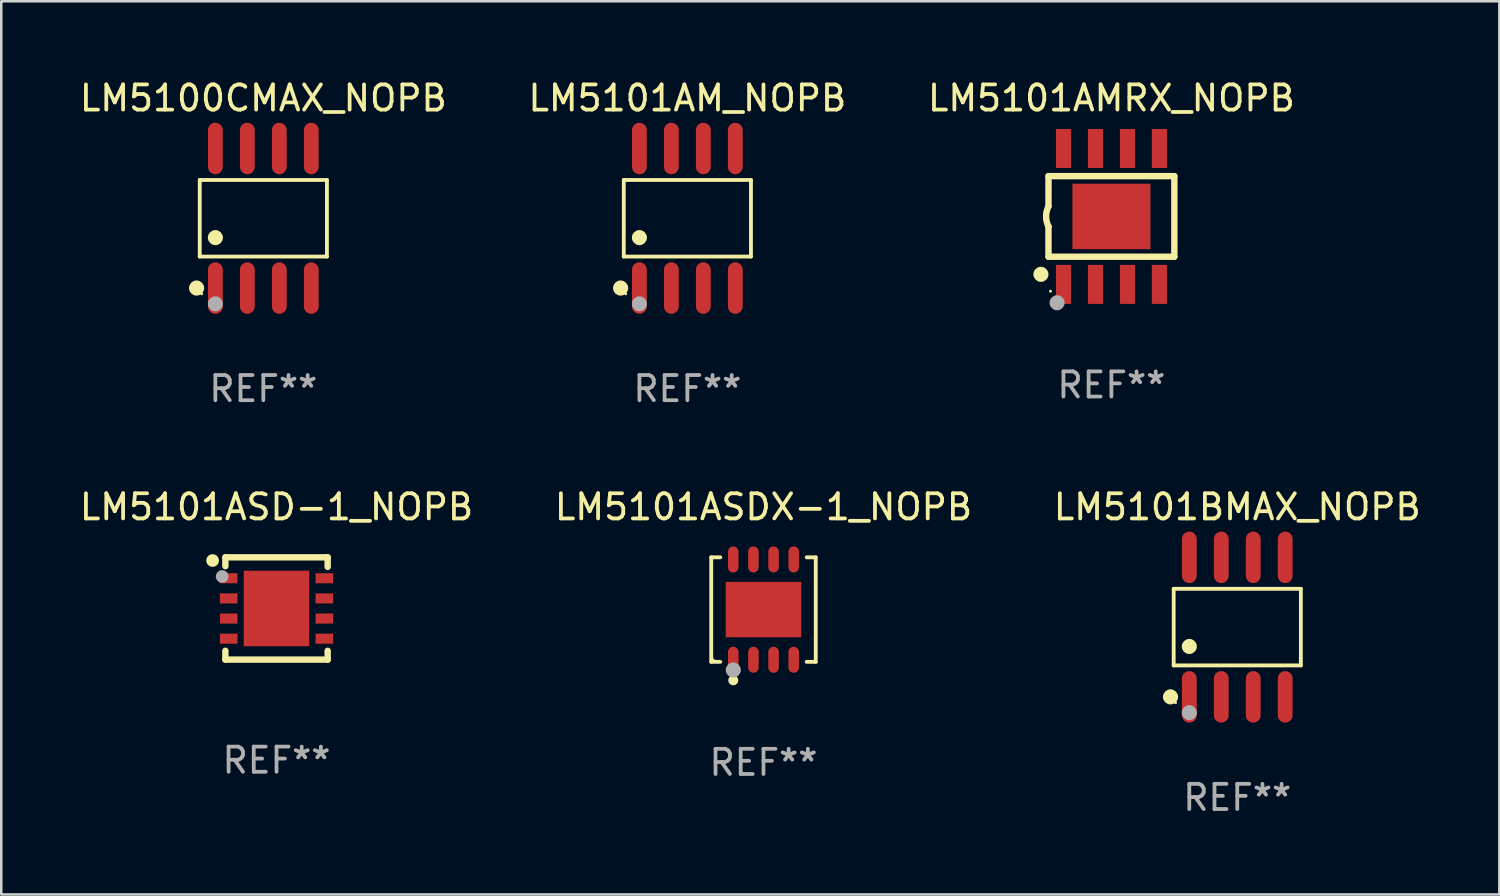
<source format=kicad_pcb>
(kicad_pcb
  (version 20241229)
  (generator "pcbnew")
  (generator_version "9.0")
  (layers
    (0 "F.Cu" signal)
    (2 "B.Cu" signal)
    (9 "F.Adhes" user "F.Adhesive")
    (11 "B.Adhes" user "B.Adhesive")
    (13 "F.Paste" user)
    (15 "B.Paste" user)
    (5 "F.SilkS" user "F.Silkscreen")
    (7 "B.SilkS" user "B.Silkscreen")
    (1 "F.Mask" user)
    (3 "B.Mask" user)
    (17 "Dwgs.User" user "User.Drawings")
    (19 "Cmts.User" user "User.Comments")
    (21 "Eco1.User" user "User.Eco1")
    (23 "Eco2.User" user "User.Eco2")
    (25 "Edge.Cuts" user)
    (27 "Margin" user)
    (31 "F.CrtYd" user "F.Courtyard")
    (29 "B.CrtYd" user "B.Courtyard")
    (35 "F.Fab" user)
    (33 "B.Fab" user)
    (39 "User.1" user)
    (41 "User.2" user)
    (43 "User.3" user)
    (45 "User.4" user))
  (footprint "LM5100CMAX_NOPB"
    (layer "F.Cu")
    (at 7.411 5.621)
    (property "Reference" "LM5100CMAX_NOPB" (at 0 -4.772 0) (layer "F.SilkS") (effects (font (size 1 1) (thickness 0.15))))
    (attr through_hole)
    (fp_line (start -2.526 -1.521) (end 2.526 -1.521) (stroke (width 0.152) (type solid)) (layer "F.SilkS"))
    (fp_line (start -2.526 1.521) (end -2.526 -1.521) (stroke (width 0.152) (type solid)) (layer "F.SilkS"))
    (fp_line (start 2.526 -1.521) (end 2.526 1.521) (stroke (width 0.152) (type solid)) (layer "F.SilkS"))
    (fp_line (start 2.526 1.521) (end -2.526 1.521) (stroke (width 0.152) (type solid)) (layer "F.SilkS"))
    (fp_circle (center -2.652 2.772) (end -2.501 2.772) (stroke (width 0.3) (type solid)) (fill no) (layer "F.SilkS"))
    (fp_circle (center -2.45 3) (end -2.42 3) (stroke (width 0.06) (type solid)) (fill no) (layer "F.SilkS"))
    (fp_circle (center -1.905 0.769) (end -1.755 0.769) (stroke (width 0.3) (type solid)) (fill no) (layer "F.SilkS"))
    (fp_circle (center -1.905 3.4) (end -1.755 3.4) (stroke (width 0.3) (type solid)) (fill no) (layer "F.Fab"))
    (fp_text user "REF**" (at 0 6.772 0) (layer "F.Fab") (effects (font (size 1 1) (thickness 0.15))))
    (pad "1" smd oval (at -1.905 2.772) (size 0.588 2.045) (layers "F.Cu" "F.Mask" "F.Paste"))
    (pad "2" smd oval (at -0.635 2.772) (size 0.588 2.045) (layers "F.Cu" "F.Mask" "F.Paste"))
    (pad "3" smd oval (at 0.635 2.772) (size 0.588 2.045) (layers "F.Cu" "F.Mask" "F.Paste"))
    (pad "4" smd oval (at 1.905 2.772) (size 0.588 2.045) (layers "F.Cu" "F.Mask" "F.Paste"))
    (pad "5" smd oval (at 1.905 -2.772) (size 0.588 2.045) (layers "F.Cu" "F.Mask" "F.Paste"))
    (pad "6" smd oval (at 0.635 -2.772) (size 0.588 2.045) (layers "F.Cu" "F.Mask" "F.Paste"))
    (pad "7" smd oval (at -0.635 -2.772) (size 0.588 2.045) (layers "F.Cu" "F.Mask" "F.Paste"))
    (pad "8" smd oval (at -1.905 -2.772) (size 0.588 2.045) (layers "F.Cu" "F.Mask" "F.Paste")))
  (footprint "LM5101AM_NOPB"
    (layer "F.Cu")
    (at 24.256 5.621)
    (property "Reference" "LM5101AM_NOPB" (at 0 -4.772 0) (layer "F.SilkS") (effects (font (size 1 1) (thickness 0.15))))
    (attr through_hole)
    (fp_line (start -2.526 -1.521) (end 2.526 -1.521) (stroke (width 0.152) (type solid)) (layer "F.SilkS"))
    (fp_line (start -2.526 1.521) (end -2.526 -1.521) (stroke (width 0.152) (type solid)) (layer "F.SilkS"))
    (fp_line (start 2.526 -1.521) (end 2.526 1.521) (stroke (width 0.152) (type solid)) (layer "F.SilkS"))
    (fp_line (start 2.526 1.521) (end -2.526 1.521) (stroke (width 0.152) (type solid)) (layer "F.SilkS"))
    (fp_circle (center -2.652 2.772) (end -2.501 2.772) (stroke (width 0.3) (type solid)) (fill no) (layer "F.SilkS"))
    (fp_circle (center -2.45 3) (end -2.42 3) (stroke (width 0.06) (type solid)) (fill no) (layer "F.SilkS"))
    (fp_circle (center -1.905 0.769) (end -1.755 0.769) (stroke (width 0.3) (type solid)) (fill no) (layer "F.SilkS"))
    (fp_circle (center -1.905 3.4) (end -1.755 3.4) (stroke (width 0.3) (type solid)) (fill no) (layer "F.Fab"))
    (fp_text user "REF**" (at 0 6.772 0) (layer "F.Fab") (effects (font (size 1 1) (thickness 0.15))))
    (pad "1" smd oval (at -1.905 2.772) (size 0.588 2.045) (layers "F.Cu" "F.Mask" "F.Paste"))
    (pad "2" smd oval (at -0.635 2.772) (size 0.588 2.045) (layers "F.Cu" "F.Mask" "F.Paste"))
    (pad "3" smd oval (at 0.635 2.772) (size 0.588 2.045) (layers "F.Cu" "F.Mask" "F.Paste"))
    (pad "4" smd oval (at 1.905 2.772) (size 0.588 2.045) (layers "F.Cu" "F.Mask" "F.Paste"))
    (pad "5" smd oval (at 1.905 -2.772) (size 0.588 2.045) (layers "F.Cu" "F.Mask" "F.Paste"))
    (pad "6" smd oval (at 0.635 -2.772) (size 0.588 2.045) (layers "F.Cu" "F.Mask" "F.Paste"))
    (pad "7" smd oval (at -0.635 -2.772) (size 0.588 2.045) (layers "F.Cu" "F.Mask" "F.Paste"))
    (pad "8" smd oval (at -1.905 -2.772) (size 0.588 2.045) (layers "F.Cu" "F.Mask" "F.Paste")))
  (footprint "LM5101BMAX_NOPB"
    (layer "F.Cu")
    (at 46.101 21.862)
    (property "Reference" "LM5101BMAX_NOPB" (at 0 -4.772 0) (layer "F.SilkS") (effects (font (size 1 1) (thickness 0.15))))
    (attr through_hole)
    (fp_line (start -2.526 -1.521) (end 2.526 -1.521) (stroke (width 0.152) (type solid)) (layer "F.SilkS"))
    (fp_line (start -2.526 1.521) (end -2.526 -1.521) (stroke (width 0.152) (type solid)) (layer "F.SilkS"))
    (fp_line (start 2.526 -1.521) (end 2.526 1.521) (stroke (width 0.152) (type solid)) (layer "F.SilkS"))
    (fp_line (start 2.526 1.521) (end -2.526 1.521) (stroke (width 0.152) (type solid)) (layer "F.SilkS"))
    (fp_circle (center -2.652 2.772) (end -2.501 2.772) (stroke (width 0.3) (type solid)) (fill no) (layer "F.SilkS"))
    (fp_circle (center -2.45 3) (end -2.42 3) (stroke (width 0.06) (type solid)) (fill no) (layer "F.SilkS"))
    (fp_circle (center -1.905 0.769) (end -1.755 0.769) (stroke (width 0.3) (type solid)) (fill no) (layer "F.SilkS"))
    (fp_circle (center -1.905 3.4) (end -1.755 3.4) (stroke (width 0.3) (type solid)) (fill no) (layer "F.Fab"))
    (fp_text user "REF**" (at 0 6.772 0) (layer "F.Fab") (effects (font (size 1 1) (thickness 0.15))))
    (pad "1" smd oval (at -1.905 2.772) (size 0.588 2.045) (layers "F.Cu" "F.Mask" "F.Paste"))
    (pad "2" smd oval (at -0.635 2.772) (size 0.588 2.045) (layers "F.Cu" "F.Mask" "F.Paste"))
    (pad "3" smd oval (at 0.635 2.772) (size 0.588 2.045) (layers "F.Cu" "F.Mask" "F.Paste"))
    (pad "4" smd oval (at 1.905 2.772) (size 0.588 2.045) (layers "F.Cu" "F.Mask" "F.Paste"))
    (pad "5" smd oval (at 1.905 -2.772) (size 0.588 2.045) (layers "F.Cu" "F.Mask" "F.Paste"))
    (pad "6" smd oval (at 0.635 -2.772) (size 0.588 2.045) (layers "F.Cu" "F.Mask" "F.Paste"))
    (pad "7" smd oval (at -0.635 -2.772) (size 0.588 2.045) (layers "F.Cu" "F.Mask" "F.Paste"))
    (pad "8" smd oval (at -1.905 -2.772) (size 0.588 2.045) (layers "F.Cu" "F.Mask" "F.Paste")))
  (footprint "LM5101AMRX_NOPB"
    (layer "F.Cu")
    (at 41.101 5.548)
    (property "Reference" "LM5101AMRX_NOPB" (at 0 -4.7 0) (layer "F.SilkS") (effects (font (size 1 1) (thickness 0.15))))
    (attr through_hole)
    (fp_line (start -2.5 1.6) (end -2.5 0.4) (stroke (width 0.254) (type solid)) (layer "F.SilkS"))
    (fp_line (start -2.499 -1.6) (end -2.5 -0.4) (stroke (width 0.254) (type solid)) (layer "F.SilkS"))
    (fp_line (start 2.5 -1.6) (end -2.499 -1.6) (stroke (width 0.254) (type solid)) (layer "F.SilkS"))
    (fp_line (start 2.5 1.6) (end -2.499 1.6) (stroke (width 0.254) (type solid)) (layer "F.SilkS"))
    (fp_line (start 2.5 1.6) (end 2.5 -1.6) (stroke (width 0.254) (type solid)) (layer "F.SilkS"))
    (fp_arc (start -2.499695 0.4) (mid -2.594122 0) (end -2.499695 -0.4) (stroke (width 0.254001) (type solid)) (layer "F.SilkS"))
    (fp_circle (center -2.8 2.3) (end -2.65 2.3) (stroke (width 0.3) (type solid)) (fill no) (layer "F.SilkS"))
    (fp_circle (center -2.418 2.97) (end -2.388 2.97) (stroke (width 0.06) (type solid)) (fill no) (layer "F.SilkS"))
    (fp_circle (center -2.157 3.429) (end -2.007 3.429) (stroke (width 0.3) (type solid)) (fill no) (layer "F.Fab"))
    (fp_text user "REF**" (at 0 6.7 0) (layer "F.Fab") (effects (font (size 1 1) (thickness 0.15))))
    (pad "1" smd rect (at -1.903 2.7 180) (size 0.6 1.55) (layers "F.Cu" "F.Mask" "F.Paste"))
    (pad "2" smd rect (at -0.633 2.7 180) (size 0.6 1.55) (layers "F.Cu" "F.Mask" "F.Paste"))
    (pad "3" smd rect (at 0.637 2.7 180) (size 0.6 1.55) (layers "F.Cu" "F.Mask" "F.Paste"))
    (pad "4" smd rect (at 1.907 2.7 180) (size 0.6 1.55) (layers "F.Cu" "F.Mask" "F.Paste"))
    (pad "5" smd rect (at 1.907 -2.7 180) (size 0.6 1.55) (layers "F.Cu" "F.Mask" "F.Paste"))
    (pad "6" smd rect (at 0.637 -2.7 180) (size 0.6 1.55) (layers "F.Cu" "F.Mask" "F.Paste"))
    (pad "7" smd rect (at -0.633 -2.7 180) (size 0.6 1.55) (layers "F.Cu" "F.Mask" "F.Paste"))
    (pad "8" smd rect (at -1.903 -2.7 180) (size 0.6 1.55) (layers "F.Cu" "F.Mask" "F.Paste"))
    (pad "9" smd rect (at 0.002 0 270) (size 2.6 3.1) (layers "F.Cu" "F.Mask" "F.Paste")))
  (footprint "LM5101ASDX-1_NOPB"
    (layer "F.Cu")
    (at 27.28 21.166)
    (property "Reference" "LM5101ASDX-1_NOPB" (at 0 -4.076 0) (layer "F.SilkS") (effects (font (size 1 1) (thickness 0.15))))
    (attr through_hole)
    (fp_line (start -2.076 -2.076) (end -1.715 -2.076) (stroke (width 0.152) (type solid)) (layer "F.SilkS"))
    (fp_line (start -2.076 2.076) (end -2.076 -2.076) (stroke (width 0.152) (type solid)) (layer "F.SilkS"))
    (fp_line (start -2.076 2.076) (end -1.715 2.076) (stroke (width 0.152) (type solid)) (layer "F.SilkS"))
    (fp_line (start 2.076 -2.076) (end 1.715 -2.076) (stroke (width 0.152) (type solid)) (layer "F.SilkS"))
    (fp_line (start 2.076 -2.076) (end 2.076 2.076) (stroke (width 0.152) (type solid)) (layer "F.SilkS"))
    (fp_line (start 2.076 2.076) (end 1.715 2.076) (stroke (width 0.152) (type solid)) (layer "F.SilkS"))
    (fp_circle (center -2 2) (end -1.97 2) (stroke (width 0.06) (type solid)) (fill no) (layer "F.SilkS"))
    (fp_circle (center -1.2 2.81) (end -1.1 2.81) (stroke (width 0.2) (type solid)) (fill no) (layer "F.SilkS"))
    (fp_circle (center -1.2 2.4) (end -1.05 2.4) (stroke (width 0.3) (type solid)) (fill no) (layer "F.Fab"))
    (fp_text user "REF**" (at 0 6.076 0) (layer "F.Fab") (effects (font (size 1 1) (thickness 0.15))))
    (pad "1" smd oval (at -1.2 1.993) (size 0.42 1.035) (layers "F.Cu" "F.Mask" "F.Paste"))
    (pad "2" smd oval (at -0.4 1.993) (size 0.42 1.035) (layers "F.Cu" "F.Mask" "F.Paste"))
    (pad "3" smd oval (at 0.4 1.993) (size 0.42 1.035) (layers "F.Cu" "F.Mask" "F.Paste"))
    (pad "4" smd oval (at 1.2 1.993) (size 0.42 1.035) (layers "F.Cu" "F.Mask" "F.Paste"))
    (pad "5" smd oval (at 1.2 -1.992) (size 0.42 1.035) (layers "F.Cu" "F.Mask" "F.Paste"))
    (pad "6" smd oval (at 0.4 -1.992) (size 0.42 1.035) (layers "F.Cu" "F.Mask" "F.Paste"))
    (pad "7" smd oval (at -0.4 -1.992) (size 0.42 1.035) (layers "F.Cu" "F.Mask" "F.Paste"))
    (pad "8" smd oval (at -1.2 -1.992) (size 0.42 1.035) (layers "F.Cu" "F.Mask" "F.Paste"))
    (pad "9" smd rect (at 0 0) (size 3 2.2) (layers "F.Cu" "F.Mask" "F.Paste")))
  (footprint "LM5101ASD-1_NOPB"
    (layer "F.Cu")
    (at 7.935 21.122)
    (property "Reference" "LM5101ASD-1_NOPB" (at 0 -4.032 0) (layer "F.SilkS") (effects (font (size 1 1) (thickness 0.15))))
    (attr through_hole)
    (fp_line (start -2.032 -2.032) (end -2.032 -1.681) (stroke (width 0.254) (type solid)) (layer "F.SilkS"))
    (fp_line (start -2.032 1.681) (end -2.032 2.032) (stroke (width 0.254) (type solid)) (layer "F.SilkS"))
    (fp_line (start -2.032 2.032) (end 2.032 2.032) (stroke (width 0.254) (type solid)) (layer "F.SilkS"))
    (fp_line (start 2.032 -2.032) (end -2.032 -2.032) (stroke (width 0.254) (type solid)) (layer "F.SilkS"))
    (fp_line (start 2.032 -1.651) (end 2.032 -2.032) (stroke (width 0.254) (type solid)) (layer "F.SilkS"))
    (fp_line (start 2.032 2.032) (end 2.032 1.681) (stroke (width 0.254) (type solid)) (layer "F.SilkS"))
    (fp_circle (center -2.54 -1.905) (end -2.413 -1.905) (stroke (width 0.254) (type solid)) (fill no) (layer "F.SilkS"))
    (fp_circle (center -2.011 -2) (end -1.981 -2) (stroke (width 0.06) (type solid)) (fill no) (layer "F.SilkS"))
    (fp_circle (center -2.159 -1.27) (end -2.032 -1.27) (stroke (width 0.254) (type solid)) (fill no) (layer "F.Fab"))
    (fp_text user "REF**" (at 0 6.032 0) (layer "F.Fab") (effects (font (size 1 1) (thickness 0.15))))
    (pad "1" smd rect (at -1.9 -1.2) (size 0.7 0.4) (layers "F.Cu" "F.Mask" "F.Paste"))
    (pad "2" smd rect (at -1.9 -0.4) (size 0.7 0.4) (layers "F.Cu" "F.Mask" "F.Paste"))
    (pad "3" smd rect (at -1.9 0.4) (size 0.7 0.4) (layers "F.Cu" "F.Mask" "F.Paste"))
    (pad "4" smd rect (at -1.9 1.2) (size 0.7 0.4) (layers "F.Cu" "F.Mask" "F.Paste"))
    (pad "5" smd rect (at 1.9 1.2) (size 0.7 0.4) (layers "F.Cu" "F.Mask" "F.Paste"))
    (pad "6" smd rect (at 1.9 0.4) (size 0.7 0.4) (layers "F.Cu" "F.Mask" "F.Paste"))
    (pad "7" smd rect (at 1.9 -0.4) (size 0.7 0.4) (layers "F.Cu" "F.Mask" "F.Paste"))
    (pad "8" smd rect (at 1.9 -1.2) (size 0.7 0.4) (layers "F.Cu" "F.Mask" "F.Paste"))
    (pad "9" smd rect (at -0.000025 0.000025) (size 2.6 3) (layers "F.Cu" "F.Mask" "F.Paste")))
  (gr_rect
    (start -3 -3)
    (end 56.512 32.483)
    (stroke (width 0.1) (type default))
    (fill no)
    (layer "Edge.Cuts")))
</source>
